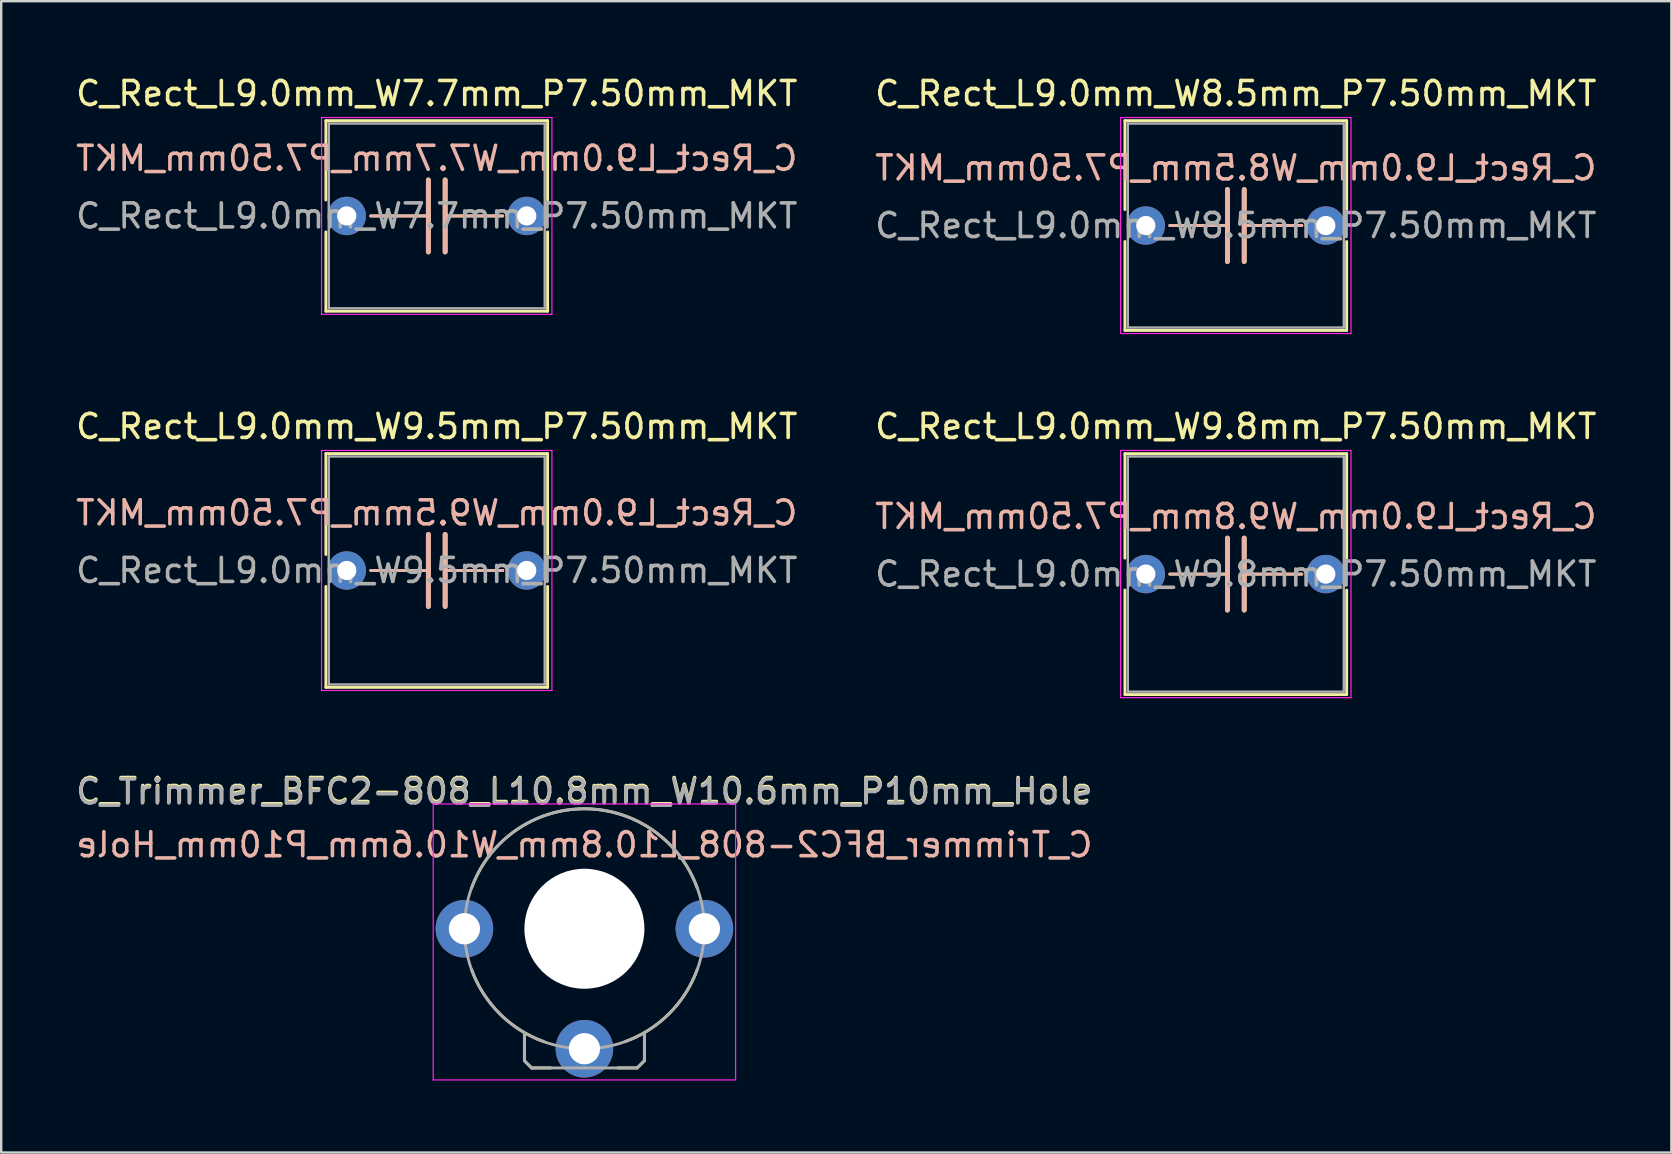
<source format=kicad_pcb>
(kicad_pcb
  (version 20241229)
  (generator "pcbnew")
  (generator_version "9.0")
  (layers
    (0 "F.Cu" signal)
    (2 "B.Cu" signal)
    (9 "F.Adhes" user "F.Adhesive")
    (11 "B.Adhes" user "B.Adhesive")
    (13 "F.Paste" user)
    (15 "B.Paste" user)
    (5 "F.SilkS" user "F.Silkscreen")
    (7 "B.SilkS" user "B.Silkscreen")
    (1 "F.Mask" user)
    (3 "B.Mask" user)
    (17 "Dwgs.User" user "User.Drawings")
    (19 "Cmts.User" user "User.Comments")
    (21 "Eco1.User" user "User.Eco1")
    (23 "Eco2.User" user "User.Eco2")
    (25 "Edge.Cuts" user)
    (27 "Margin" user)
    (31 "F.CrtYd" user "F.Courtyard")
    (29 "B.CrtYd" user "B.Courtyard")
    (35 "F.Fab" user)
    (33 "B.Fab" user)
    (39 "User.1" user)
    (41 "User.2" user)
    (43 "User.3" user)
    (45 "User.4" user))
  (footprint "C_Rect_L9.0mm_W9.5mm_P7.50mm_MKT"
    (layer "F.Cu")
    (at 11.399 20.721)
    (property "Reference" "C_Rect_L9.0mm_W9.5mm_P7.50mm_MKT" (at 3.75 -6 0) (layer "F.SilkS") (effects (font (size 1 1) (thickness 0.15))))
    (fp_line (start -0.87 -4.87) (end -0.87 -0.665) (stroke (width 0.12) (type solid)) (layer "F.SilkS"))
    (fp_line (start -0.87 -4.87) (end 8.37 -4.87) (stroke (width 0.12) (type solid)) (layer "F.SilkS"))
    (fp_line (start -0.87 0.665) (end -0.87 4.87) (stroke (width 0.12) (type solid)) (layer "F.SilkS"))
    (fp_line (start -0.87 4.87) (end 8.37 4.87) (stroke (width 0.12) (type solid)) (layer "F.SilkS"))
    (fp_line (start 1 0) (end 3.4 0) (stroke (width 0.12) (type solid)) (layer "F.SilkS"))
    (fp_line (start 3.4 -1.5) (end 3.4 1.5) (stroke (width 0.2) (type solid)) (layer "F.SilkS"))
    (fp_line (start 4.1 -1.5) (end 4.1 1.5) (stroke (width 0.2) (type solid)) (layer "F.SilkS"))
    (fp_line (start 4.1 0) (end 6.5 0) (stroke (width 0.12) (type solid)) (layer "F.SilkS"))
    (fp_line (start 8.37 -4.87) (end 8.37 -0.665) (stroke (width 0.12) (type solid)) (layer "F.SilkS"))
    (fp_line (start 8.37 0.665) (end 8.37 4.87) (stroke (width 0.12) (type solid)) (layer "F.SilkS"))
    (fp_line (start 1 0) (end 3.4 0) (stroke (width 0.12) (type solid)) (layer "B.SilkS"))
    (fp_line (start 3.4 1.5) (end 3.4 -1.5) (stroke (width 0.2) (type solid)) (layer "B.SilkS"))
    (fp_line (start 4.1 0) (end 6.5 0) (stroke (width 0.12) (type solid)) (layer "B.SilkS"))
    (fp_line (start 4.1 1.5) (end 4.1 -1.5) (stroke (width 0.2) (type solid)) (layer "B.SilkS"))
    (fp_line (start -1.05 -5) (end -1.05 5) (stroke (width 0.05) (type solid)) (layer "F.CrtYd"))
    (fp_line (start -1.05 5) (end 8.55 5) (stroke (width 0.05) (type solid)) (layer "F.CrtYd"))
    (fp_line (start 8.55 -5) (end -1.05 -5) (stroke (width 0.05) (type solid)) (layer "F.CrtYd"))
    (fp_line (start 8.55 5) (end 8.55 -5) (stroke (width 0.05) (type solid)) (layer "F.CrtYd"))
    (fp_line (start -0.75 -4.75) (end -0.75 4.75) (stroke (width 0.1) (type solid)) (layer "F.Fab"))
    (fp_line (start -0.75 4.75) (end 8.25 4.75) (stroke (width 0.1) (type solid)) (layer "F.Fab"))
    (fp_line (start 8.25 -4.75) (end -0.75 -4.75) (stroke (width 0.1) (type solid)) (layer "F.Fab"))
    (fp_line (start 8.25 4.75) (end 8.25 -4.75) (stroke (width 0.1) (type solid)) (layer "F.Fab"))
    (fp_text user "${REFERENCE}" (at 3.75 -2.4 0) (layer "B.SilkS") (effects (font (size 1 1) (thickness 0.15)) (justify mirror)))
    (fp_text user "${REFERENCE}" (at 3.75 0 0) (layer "F.Fab") (effects (font (size 1 1) (thickness 0.15))))
    (pad "1" thru_hole circle (at 0 0) (size 1.6 1.6) (drill 0.8) (layers "*.Cu" "*.Mask"))
    (pad "2" thru_hole circle (at 7.5 0) (size 1.6 1.6) (drill 0.8) (layers "*.Cu" "*.Mask")))
  (footprint "C_Rect_L9.0mm_W9.8mm_P7.50mm_MKT"
    (layer "F.Cu")
    (at 44.696 20.872)
    (property "Reference" "C_Rect_L9.0mm_W9.8mm_P7.50mm_MKT" (at 3.75 -6.15 0) (layer "F.SilkS") (effects (font (size 1 1) (thickness 0.15))))
    (fp_line (start -0.87 -5.02) (end -0.87 -0.665) (stroke (width 0.12) (type solid)) (layer "F.SilkS"))
    (fp_line (start -0.87 -5.02) (end 8.37 -5.02) (stroke (width 0.12) (type solid)) (layer "F.SilkS"))
    (fp_line (start -0.87 0.665) (end -0.87 5.02) (stroke (width 0.12) (type solid)) (layer "F.SilkS"))
    (fp_line (start -0.87 5.02) (end 8.37 5.02) (stroke (width 0.12) (type solid)) (layer "F.SilkS"))
    (fp_line (start 1 0) (end 3.4 0) (stroke (width 0.12) (type solid)) (layer "F.SilkS"))
    (fp_line (start 3.4 -1.5) (end 3.4 1.5) (stroke (width 0.2) (type solid)) (layer "F.SilkS"))
    (fp_line (start 4.1 -1.5) (end 4.1 1.5) (stroke (width 0.2) (type solid)) (layer "F.SilkS"))
    (fp_line (start 4.1 0) (end 6.5 0) (stroke (width 0.12) (type solid)) (layer "F.SilkS"))
    (fp_line (start 8.37 -5.02) (end 8.37 -0.665) (stroke (width 0.12) (type solid)) (layer "F.SilkS"))
    (fp_line (start 8.37 0.665) (end 8.37 5.02) (stroke (width 0.12) (type solid)) (layer "F.SilkS"))
    (fp_line (start 1 0) (end 3.4 0) (stroke (width 0.12) (type solid)) (layer "B.SilkS"))
    (fp_line (start 3.4 1.5) (end 3.4 -1.5) (stroke (width 0.2) (type solid)) (layer "B.SilkS"))
    (fp_line (start 4.1 0) (end 6.5 0) (stroke (width 0.12) (type solid)) (layer "B.SilkS"))
    (fp_line (start 4.1 1.5) (end 4.1 -1.5) (stroke (width 0.2) (type solid)) (layer "B.SilkS"))
    (fp_line (start -1.05 -5.15) (end -1.05 5.15) (stroke (width 0.05) (type solid)) (layer "F.CrtYd"))
    (fp_line (start -1.05 5.15) (end 8.55 5.15) (stroke (width 0.05) (type solid)) (layer "F.CrtYd"))
    (fp_line (start 8.55 -5.15) (end -1.05 -5.15) (stroke (width 0.05) (type solid)) (layer "F.CrtYd"))
    (fp_line (start 8.55 5.15) (end 8.55 -5.15) (stroke (width 0.05) (type solid)) (layer "F.CrtYd"))
    (fp_line (start -0.75 -4.9) (end -0.75 4.9) (stroke (width 0.1) (type solid)) (layer "F.Fab"))
    (fp_line (start -0.75 4.9) (end 8.25 4.9) (stroke (width 0.1) (type solid)) (layer "F.Fab"))
    (fp_line (start 8.25 -4.9) (end -0.75 -4.9) (stroke (width 0.1) (type solid)) (layer "F.Fab"))
    (fp_line (start 8.25 4.9) (end 8.25 -4.9) (stroke (width 0.1) (type solid)) (layer "F.Fab"))
    (fp_text user "${REFERENCE}" (at 3.75 -2.4 0) (layer "B.SilkS") (effects (font (size 1 1) (thickness 0.15)) (justify mirror)))
    (fp_text user "${REFERENCE}" (at 3.75 0 0) (layer "F.Fab") (effects (font (size 1 1) (thickness 0.15))))
    (pad "1" thru_hole circle (at 0 0) (size 1.6 1.6) (drill 0.8) (layers "*.Cu" "*.Mask"))
    (pad "2" thru_hole circle (at 7.5 0) (size 1.6 1.6) (drill 0.8) (layers "*.Cu" "*.Mask")))
  (footprint "C_Trimmer_BFC2-808_L10.8mm_W10.6mm_P10mm_Hole"
    (layer "F.Cu")
    (at 21.302 40.651)
    (property "Reference" "C_Trimmer_BFC2-808_L10.8mm_W10.6mm_P10mm_Hole" (at 0 -10.756 0) (layer "F.SilkS") (effects (font (size 1 1) (thickness 0.15))))
    (fp_line (start -2.5 0.5) (end -2.5 -0.65) (stroke (width 0.12) (type solid)) (layer "F.SilkS"))
    (fp_line (start -2.2 0.8) (end -2.5 0.5) (stroke (width 0.12) (type solid)) (layer "F.SilkS"))
    (fp_line (start -1.4 0.8) (end -2.2 0.8) (stroke (width 0.12) (type solid)) (layer "F.SilkS"))
    (fp_line (start 1.4 0.8) (end 2.2 0.8) (stroke (width 0.12) (type solid)) (layer "F.SilkS"))
    (fp_line (start 2.2 0.8) (end 2.5 0.5) (stroke (width 0.12) (type solid)) (layer "F.SilkS"))
    (fp_line (start 2.5 0.5) (end 2.5 -0.65) (stroke (width 0.12) (type solid)) (layer "F.SilkS"))
    (fp_arc (start -4.699999 -6.7) (mid 0 -9.997999) (end 4.699999 -6.699999) (stroke (width 0.12) (type solid)) (layer "F.SilkS"))
    (fp_arc (start -1.7 -0.300001) (mid -3.534119 -1.465882) (end -4.699999 -3.300001) (stroke (width 0.12) (type solid)) (layer "F.SilkS"))
    (fp_arc (start 4.699999 -3.3) (mid 3.534118 -1.465881) (end 1.699999 -0.300001) (stroke (width 0.12) (type solid)) (layer "F.SilkS"))
    (fp_line (start -6.3 -10.2) (end -6.3 1.3) (stroke (width 0.05) (type solid)) (layer "F.CrtYd"))
    (fp_line (start -6.3 1.3) (end 6.3 1.3) (stroke (width 0.05) (type solid)) (layer "F.CrtYd"))
    (fp_line (start 6.3 -10.2) (end -6.3 -10.2) (stroke (width 0.05) (type solid)) (layer "F.CrtYd"))
    (fp_line (start 6.3 1.3) (end 6.3 -10.2) (stroke (width 0.05) (type solid)) (layer "F.CrtYd"))
    (fp_line (start -2.5 0.5) (end -2.5 -0.65) (stroke (width 0.12) (type solid)) (layer "F.Fab"))
    (fp_line (start -2.2 0.8) (end -2.5 0.5) (stroke (width 0.12) (type solid)) (layer "F.Fab"))
    (fp_line (start 0 -6.5) (end 0 -3.5) (stroke (width 0.12) (type solid)) (layer "F.Fab"))
    (fp_line (start 0 0.8) (end -2.2 0.8) (stroke (width 0.12) (type solid)) (layer "F.Fab"))
    (fp_line (start 0 0.8) (end 2.2 0.8) (stroke (width 0.12) (type solid)) (layer "F.Fab"))
    (fp_line (start 2.2 0.8) (end 2.5 0.5) (stroke (width 0.12) (type solid)) (layer "F.Fab"))
    (fp_line (start 2.5 0.5) (end 2.5 -0.65) (stroke (width 0.12) (type solid)) (layer "F.Fab"))
    (fp_circle (center 0 -5) (end 1.5 -5) (stroke (width 0.12) (type solid)) (fill no) (layer "F.Fab"))
    (fp_circle (center 0 -5) (end 5 -5) (stroke (width 0.12) (type solid)) (fill no) (layer "F.Fab"))
    (fp_text user "${REFERENCE}" (at 0 -8.5 0) (layer "B.SilkS") (effects (font (size 1 1) (thickness 0.15)) (justify mirror)))
    (fp_text user "${REFERENCE}" (at -0.01 -10.7 0) (layer "F.Fab") (effects (font (size 1 1) (thickness 0.15))))
    (pad "" np_thru_hole circle (at 0 -5) (size 5 5) (drill 5) (layers "*.Cu" "*.Mask"))
    (pad "1" thru_hole circle (at 0 0) (size 2.4 2.4) (drill 1.3) (layers "*.Cu" "*.Mask"))
    (pad "2" thru_hole circle (at -5 -5) (size 2.4 2.4) (drill 1.3) (layers "*.Cu" "*.Mask"))
    (pad "2" thru_hole circle (at 5 -5) (size 2.4 2.4) (drill 1.3) (layers "*.Cu" "*.Mask")))
  (footprint "C_Rect_L9.0mm_W8.5mm_P7.50mm_MKT"
    (layer "F.Cu")
    (at 44.696 6.348)
    (property "Reference" "C_Rect_L9.0mm_W8.5mm_P7.50mm_MKT" (at 3.75 -5.5 0) (layer "F.SilkS") (effects (font (size 1 1) (thickness 0.15))))
    (fp_line (start -0.87 -4.37) (end -0.87 -0.665) (stroke (width 0.12) (type solid)) (layer "F.SilkS"))
    (fp_line (start -0.87 -4.37) (end 8.37 -4.37) (stroke (width 0.12) (type solid)) (layer "F.SilkS"))
    (fp_line (start -0.87 0.665) (end -0.87 4.37) (stroke (width 0.12) (type solid)) (layer "F.SilkS"))
    (fp_line (start -0.87 4.37) (end 8.37 4.37) (stroke (width 0.12) (type solid)) (layer "F.SilkS"))
    (fp_line (start 1 0) (end 3.4 0) (stroke (width 0.12) (type solid)) (layer "F.SilkS"))
    (fp_line (start 3.4 -1.5) (end 3.4 1.5) (stroke (width 0.2) (type solid)) (layer "F.SilkS"))
    (fp_line (start 4.1 -1.5) (end 4.1 1.5) (stroke (width 0.2) (type solid)) (layer "F.SilkS"))
    (fp_line (start 4.1 0) (end 6.5 0) (stroke (width 0.12) (type solid)) (layer "F.SilkS"))
    (fp_line (start 8.37 -4.37) (end 8.37 -0.665) (stroke (width 0.12) (type solid)) (layer "F.SilkS"))
    (fp_line (start 8.37 0.665) (end 8.37 4.37) (stroke (width 0.12) (type solid)) (layer "F.SilkS"))
    (fp_line (start 1 0) (end 3.4 0) (stroke (width 0.12) (type solid)) (layer "B.SilkS"))
    (fp_line (start 3.4 1.5) (end 3.4 -1.5) (stroke (width 0.2) (type solid)) (layer "B.SilkS"))
    (fp_line (start 4.1 0) (end 6.5 0) (stroke (width 0.12) (type solid)) (layer "B.SilkS"))
    (fp_line (start 4.1 1.5) (end 4.1 -1.5) (stroke (width 0.2) (type solid)) (layer "B.SilkS"))
    (fp_line (start -1.05 -4.5) (end -1.05 4.5) (stroke (width 0.05) (type solid)) (layer "F.CrtYd"))
    (fp_line (start -1.05 4.5) (end 8.55 4.5) (stroke (width 0.05) (type solid)) (layer "F.CrtYd"))
    (fp_line (start 8.55 -4.5) (end -1.05 -4.5) (stroke (width 0.05) (type solid)) (layer "F.CrtYd"))
    (fp_line (start 8.55 4.5) (end 8.55 -4.5) (stroke (width 0.05) (type solid)) (layer "F.CrtYd"))
    (fp_line (start -0.75 -4.25) (end -0.75 4.25) (stroke (width 0.1) (type solid)) (layer "F.Fab"))
    (fp_line (start -0.75 4.25) (end 8.25 4.25) (stroke (width 0.1) (type solid)) (layer "F.Fab"))
    (fp_line (start 8.25 -4.25) (end -0.75 -4.25) (stroke (width 0.1) (type solid)) (layer "F.Fab"))
    (fp_line (start 8.25 4.25) (end 8.25 -4.25) (stroke (width 0.1) (type solid)) (layer "F.Fab"))
    (fp_text user "${REFERENCE}" (at 3.75 -2.4 0) (layer "B.SilkS") (effects (font (size 1 1) (thickness 0.15)) (justify mirror)))
    (fp_text user "${REFERENCE}" (at 3.75 0 0) (layer "F.Fab") (effects (font (size 1 1) (thickness 0.15))))
    (pad "1" thru_hole circle (at 0 0) (size 1.6 1.6) (drill 0.8) (layers "*.Cu" "*.Mask"))
    (pad "2" thru_hole circle (at 7.5 0) (size 1.6 1.6) (drill 0.8) (layers "*.Cu" "*.Mask")))
  (footprint "C_Rect_L9.0mm_W7.7mm_P7.50mm_MKT"
    (layer "F.Cu")
    (at 11.399 5.948)
    (property "Reference" "C_Rect_L9.0mm_W7.7mm_P7.50mm_MKT" (at 3.75 -5.1 0) (layer "F.SilkS") (effects (font (size 1 1) (thickness 0.15))))
    (fp_line (start -0.87 -3.97) (end -0.87 -0.665) (stroke (width 0.12) (type solid)) (layer "F.SilkS"))
    (fp_line (start -0.87 -3.97) (end 8.37 -3.97) (stroke (width 0.12) (type solid)) (layer "F.SilkS"))
    (fp_line (start -0.87 0.665) (end -0.87 3.97) (stroke (width 0.12) (type solid)) (layer "F.SilkS"))
    (fp_line (start -0.87 3.97) (end 8.37 3.97) (stroke (width 0.12) (type solid)) (layer "F.SilkS"))
    (fp_line (start 1 0) (end 3.4 0) (stroke (width 0.12) (type solid)) (layer "F.SilkS"))
    (fp_line (start 3.4 -1.5) (end 3.4 1.5) (stroke (width 0.2) (type solid)) (layer "F.SilkS"))
    (fp_line (start 4.1 -1.5) (end 4.1 1.5) (stroke (width 0.2) (type solid)) (layer "F.SilkS"))
    (fp_line (start 4.1 0) (end 6.5 0) (stroke (width 0.12) (type solid)) (layer "F.SilkS"))
    (fp_line (start 8.37 -3.97) (end 8.37 -0.665) (stroke (width 0.12) (type solid)) (layer "F.SilkS"))
    (fp_line (start 8.37 0.665) (end 8.37 3.97) (stroke (width 0.12) (type solid)) (layer "F.SilkS"))
    (fp_line (start 1 0) (end 3.4 0) (stroke (width 0.12) (type solid)) (layer "B.SilkS"))
    (fp_line (start 3.4 1.5) (end 3.4 -1.5) (stroke (width 0.2) (type solid)) (layer "B.SilkS"))
    (fp_line (start 4.1 0) (end 6.5 0) (stroke (width 0.12) (type solid)) (layer "B.SilkS"))
    (fp_line (start 4.1 1.5) (end 4.1 -1.5) (stroke (width 0.2) (type solid)) (layer "B.SilkS"))
    (fp_line (start -1.05 -4.1) (end -1.05 4.1) (stroke (width 0.05) (type solid)) (layer "F.CrtYd"))
    (fp_line (start -1.05 4.1) (end 8.55 4.1) (stroke (width 0.05) (type solid)) (layer "F.CrtYd"))
    (fp_line (start 8.55 -4.1) (end -1.05 -4.1) (stroke (width 0.05) (type solid)) (layer "F.CrtYd"))
    (fp_line (start 8.55 4.1) (end 8.55 -4.1) (stroke (width 0.05) (type solid)) (layer "F.CrtYd"))
    (fp_line (start -0.75 -3.85) (end -0.75 3.85) (stroke (width 0.1) (type solid)) (layer "F.Fab"))
    (fp_line (start -0.75 3.85) (end 8.25 3.85) (stroke (width 0.1) (type solid)) (layer "F.Fab"))
    (fp_line (start 8.25 -3.85) (end -0.75 -3.85) (stroke (width 0.1) (type solid)) (layer "F.Fab"))
    (fp_line (start 8.25 3.85) (end 8.25 -3.85) (stroke (width 0.1) (type solid)) (layer "F.Fab"))
    (fp_text user "${REFERENCE}" (at 3.75 -2.4 0) (layer "B.SilkS") (effects (font (size 1 1) (thickness 0.15)) (justify mirror)))
    (fp_text user "${REFERENCE}" (at 3.75 0 0) (layer "F.Fab") (effects (font (size 1 1) (thickness 0.15))))
    (pad "1" thru_hole circle (at 0 0) (size 1.6 1.6) (drill 0.8) (layers "*.Cu" "*.Mask"))
    (pad "2" thru_hole circle (at 7.5 0) (size 1.6 1.6) (drill 0.8) (layers "*.Cu" "*.Mask")))
  (gr_rect
    (start -3 -3)
    (end 66.595 44.976)
    (stroke (width 0.1) (type default))
    (fill no)
    (layer "Edge.Cuts")))
</source>
